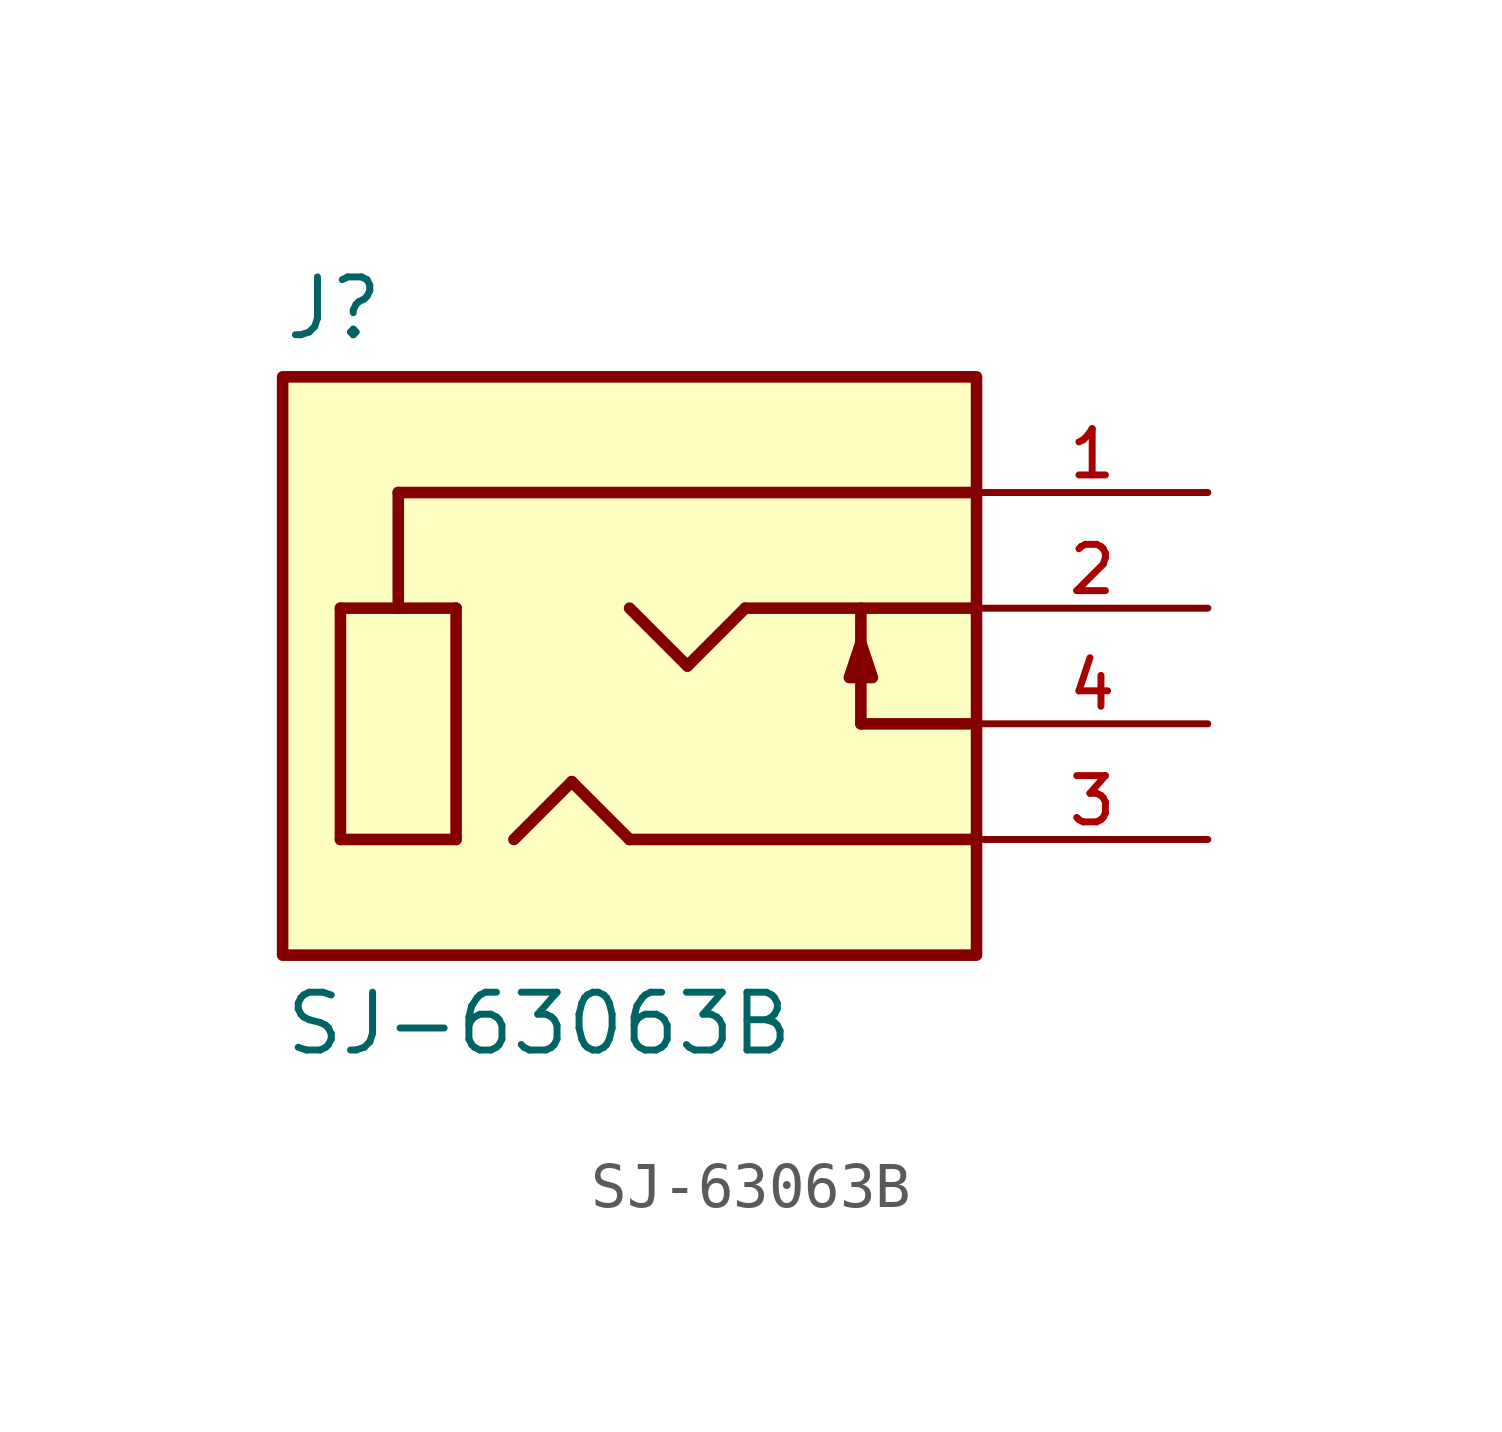
<source format=kicad_sym>
(kicad_symbol_lib
  (version 20211014)
  (generator kicad_symbol_editor)
  (symbol "SJ-63063B"
    (pin_names
      (offset 1.016))
    (property "Reference" "J"
      (at -7.62 5.842 0)
      (effects (font (size 1.27 1.27)) (justify bottom left)))
    (property "Value" "SJ-63063B"
      (at -7.62 -8.382 0)
      (effects (font (size 1.27 1.27)) (justify top left)))
    (symbol "SJ-63063B_0_0"
      (polyline (pts (xy -6.35 0.0) (xy -5.08 0.0)) (stroke (width 0.254)))
      (polyline (pts (xy -5.08 0.0) (xy -3.81 0.0)) (stroke (width 0.254)))
      (polyline (pts (xy -3.81 0.0) (xy -3.81 -5.08)) (stroke (width 0.254)))
      (polyline (pts (xy -3.81 -5.08) (xy -6.35 -5.08)) (stroke (width 0.254)))
      (polyline (pts (xy -6.35 -5.08) (xy -6.35 0.0)) (stroke (width 0.254)))
      (polyline (pts (xy -5.08 0.0) (xy -5.08 2.54)) (stroke (width 0.254)))
      (polyline (pts (xy -5.08 2.54) (xy 7.62 2.54)) (stroke (width 0.254)))
      (polyline (pts (xy 5.08 -2.54) (xy 5.08 0.0)) (stroke (width 0.254)))
      (polyline (pts (xy 5.08 -0.762) (xy 5.334 -1.524) (xy 4.826 -1.524) (xy 5.08 -0.762)) (stroke (width 0.254)) (fill (type outline)))
      (polyline (pts (xy 5.08 -2.54) (xy 7.62 -2.54)) (stroke (width 0.254)))
      (polyline (pts (xy 0.0 0.0) (xy 1.27 -1.27)) (stroke (width 0.254)))
      (polyline (pts (xy 1.27 -1.27) (xy 2.54 0.0)) (stroke (width 0.254)))
      (polyline (pts (xy 2.54 0.0) (xy 7.62 0.0)) (stroke (width 0.254)))
      (polyline (pts (xy -2.54 -5.08) (xy -1.27 -3.81)) (stroke (width 0.254)))
      (polyline (pts (xy -1.27 -3.81) (xy 0.0 -5.08)) (stroke (width 0.254)))
      (polyline (pts (xy 0.0 -5.08) (xy 7.62 -5.08)) (stroke (width 0.254)))
      (rectangle (start -7.62 -7.62) (end 7.62 5.08) (stroke (width 0.254)) (fill (type background)))
      (pin passive line (at 12.7 2.54 180.0) (length 5.08) (name "~" (effects (font (size 1.016 1.016)))) (number "1" (effects (font (size 1.016 1.016)))))
      (pin passive line (at 12.7 0.0 180.0) (length 5.08) (name "~" (effects (font (size 1.016 1.016)))) (number "2" (effects (font (size 1.016 1.016)))))
      (pin passive line (at 12.7 -2.54 180.0) (length 5.08) (name "~" (effects (font (size 1.016 1.016)))) (number "4" (effects (font (size 1.016 1.016)))))
      (pin passive line (at 12.7 -5.08 180.0) (length 5.08) (name "~" (effects (font (size 1.016 1.016)))) (number "3" (effects (font (size 1.016 1.016))))))))
</source>
